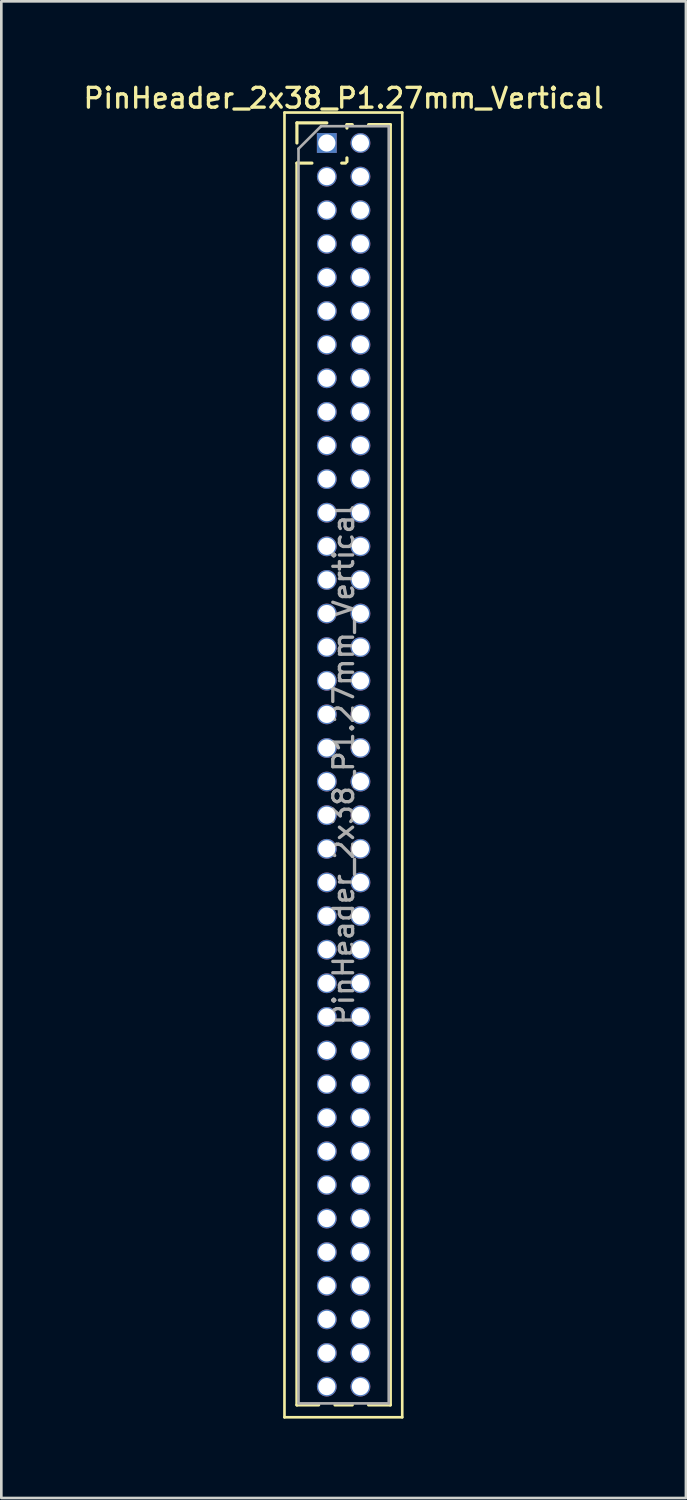
<source format=kicad_pcb>
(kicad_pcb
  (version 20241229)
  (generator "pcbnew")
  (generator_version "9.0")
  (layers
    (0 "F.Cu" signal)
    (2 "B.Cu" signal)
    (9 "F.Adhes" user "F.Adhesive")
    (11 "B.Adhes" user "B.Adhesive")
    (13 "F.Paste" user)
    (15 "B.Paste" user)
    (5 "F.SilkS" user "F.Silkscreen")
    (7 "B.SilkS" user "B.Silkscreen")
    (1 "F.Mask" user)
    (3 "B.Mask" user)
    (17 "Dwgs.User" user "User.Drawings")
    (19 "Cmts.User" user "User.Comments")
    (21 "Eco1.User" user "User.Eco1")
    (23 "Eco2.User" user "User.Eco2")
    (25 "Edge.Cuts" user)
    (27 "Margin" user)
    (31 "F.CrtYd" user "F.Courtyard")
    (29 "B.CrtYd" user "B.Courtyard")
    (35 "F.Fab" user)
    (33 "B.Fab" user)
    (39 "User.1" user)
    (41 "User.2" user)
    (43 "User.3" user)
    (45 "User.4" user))
  (footprint "PinHeader_2x38_P1.27mm_Vertical"
    (layer "F.Cu")
    (at 9.299 2.353)
    (property "Reference" "PinHeader_2x38_P1.27mm_Vertical" (at 0.635 -1.695 0) (layer "F.SilkS") (effects (font (size 0.75 0.75) (thickness 0.125))))
    (attr through_hole)
    (fp_line (start -1.6 -1.15) (end -1.6 48.15) (stroke (width 0.1) (type solid)) (layer "F.SilkS"))
    (fp_line (start -1.6 48.15) (end 2.85 48.15) (stroke (width 0.1) (type solid)) (layer "F.SilkS"))
    (fp_line (start -1.13 -0.76) (end 0 -0.76) (stroke (width 0.12) (type solid)) (layer "F.SilkS"))
    (fp_line (start -1.13 0) (end -1.13 -0.76) (stroke (width 0.12) (type solid)) (layer "F.SilkS"))
    (fp_line (start -1.13 0.76) (end -1.13 47.685) (stroke (width 0.12) (type solid)) (layer "F.SilkS"))
    (fp_line (start -1.13 0.76) (end -0.563 0.76) (stroke (width 0.12) (type solid)) (layer "F.SilkS"))
    (fp_line (start -1.13 47.685) (end -0.308 47.685) (stroke (width 0.12) (type solid)) (layer "F.SilkS"))
    (fp_line (start 0.308 47.685) (end 0.962 47.685) (stroke (width 0.12) (type solid)) (layer "F.SilkS"))
    (fp_line (start 0.563 0.76) (end 0.707 0.76) (stroke (width 0.12) (type solid)) (layer "F.SilkS"))
    (fp_line (start 0.76 -0.695) (end 0.962 -0.695) (stroke (width 0.12) (type solid)) (layer "F.SilkS"))
    (fp_line (start 0.76 -0.563) (end 0.76 -0.695) (stroke (width 0.12) (type solid)) (layer "F.SilkS"))
    (fp_line (start 0.76 0.707) (end 0.76 0.563) (stroke (width 0.12) (type solid)) (layer "F.SilkS"))
    (fp_line (start 1.578 -0.695) (end 2.4 -0.695) (stroke (width 0.12) (type solid)) (layer "F.SilkS"))
    (fp_line (start 1.578 47.685) (end 2.4 47.685) (stroke (width 0.12) (type solid)) (layer "F.SilkS"))
    (fp_line (start 2.4 -0.695) (end 2.4 47.685) (stroke (width 0.12) (type solid)) (layer "F.SilkS"))
    (fp_line (start 2.85 -1.15) (end -1.6 -1.15) (stroke (width 0.1) (type solid)) (layer "F.SilkS"))
    (fp_line (start 2.85 48.15) (end 2.85 -1.15) (stroke (width 0.1) (type solid)) (layer "F.SilkS"))
    (fp_line (start -1.07 0.217) (end -0.217 -0.635) (stroke (width 0.1) (type solid)) (layer "F.Fab"))
    (fp_line (start -1.07 47.625) (end -1.07 0.217) (stroke (width 0.1) (type solid)) (layer "F.Fab"))
    (fp_line (start -0.217 -0.635) (end 2.34 -0.635) (stroke (width 0.1) (type solid)) (layer "F.Fab"))
    (fp_line (start 2.34 -0.635) (end 2.34 47.625) (stroke (width 0.1) (type solid)) (layer "F.Fab"))
    (fp_line (start 2.34 47.625) (end -1.07 47.625) (stroke (width 0.1) (type solid)) (layer "F.Fab"))
    (fp_text user "${REFERENCE}" (at 0.635 23.495 90) (layer "F.Fab") (effects (font (size 0.75 0.75) (thickness 0.125))))
    (pad "1" thru_hole rect (at 0 0) (size 0.75 0.75) (drill 0.65) (layers "*.Cu" "*.Mask"))
    (pad "2" thru_hole oval (at 1.27 0) (size 0.75 0.75) (drill 0.65) (layers "*.Cu" "*.Mask"))
    (pad "3" thru_hole oval (at 0 1.27) (size 0.75 0.75) (drill 0.65) (layers "*.Cu" "*.Mask"))
    (pad "4" thru_hole oval (at 1.27 1.27) (size 0.75 0.75) (drill 0.65) (layers "*.Cu" "*.Mask"))
    (pad "5" thru_hole oval (at 0 2.54) (size 0.75 0.75) (drill 0.65) (layers "*.Cu" "*.Mask"))
    (pad "6" thru_hole oval (at 1.27 2.54) (size 0.75 0.75) (drill 0.65) (layers "*.Cu" "*.Mask"))
    (pad "7" thru_hole oval (at 0 3.81) (size 0.75 0.75) (drill 0.65) (layers "*.Cu" "*.Mask"))
    (pad "8" thru_hole oval (at 1.27 3.81) (size 0.75 0.75) (drill 0.65) (layers "*.Cu" "*.Mask"))
    (pad "9" thru_hole oval (at 0 5.08) (size 0.75 0.75) (drill 0.65) (layers "*.Cu" "*.Mask"))
    (pad "10" thru_hole oval (at 1.27 5.08) (size 0.75 0.75) (drill 0.65) (layers "*.Cu" "*.Mask"))
    (pad "11" thru_hole oval (at 0 6.35) (size 0.75 0.75) (drill 0.65) (layers "*.Cu" "*.Mask"))
    (pad "12" thru_hole oval (at 1.27 6.35) (size 0.75 0.75) (drill 0.65) (layers "*.Cu" "*.Mask"))
    (pad "13" thru_hole oval (at 0 7.62) (size 0.75 0.75) (drill 0.65) (layers "*.Cu" "*.Mask"))
    (pad "14" thru_hole oval (at 1.27 7.62) (size 0.75 0.75) (drill 0.65) (layers "*.Cu" "*.Mask"))
    (pad "15" thru_hole oval (at 0 8.89) (size 0.75 0.75) (drill 0.65) (layers "*.Cu" "*.Mask"))
    (pad "16" thru_hole oval (at 1.27 8.89) (size 0.75 0.75) (drill 0.65) (layers "*.Cu" "*.Mask"))
    (pad "17" thru_hole oval (at 0 10.16) (size 0.75 0.75) (drill 0.65) (layers "*.Cu" "*.Mask"))
    (pad "18" thru_hole oval (at 1.27 10.16) (size 0.75 0.75) (drill 0.65) (layers "*.Cu" "*.Mask"))
    (pad "19" thru_hole oval (at 0 11.43) (size 0.75 0.75) (drill 0.65) (layers "*.Cu" "*.Mask"))
    (pad "20" thru_hole oval (at 1.27 11.43) (size 0.75 0.75) (drill 0.65) (layers "*.Cu" "*.Mask"))
    (pad "21" thru_hole oval (at 0 12.7) (size 0.75 0.75) (drill 0.65) (layers "*.Cu" "*.Mask"))
    (pad "22" thru_hole oval (at 1.27 12.7) (size 0.75 0.75) (drill 0.65) (layers "*.Cu" "*.Mask"))
    (pad "23" thru_hole oval (at 0 13.97) (size 0.75 0.75) (drill 0.65) (layers "*.Cu" "*.Mask"))
    (pad "24" thru_hole oval (at 1.27 13.97) (size 0.75 0.75) (drill 0.65) (layers "*.Cu" "*.Mask"))
    (pad "25" thru_hole oval (at 0 15.24) (size 0.75 0.75) (drill 0.65) (layers "*.Cu" "*.Mask"))
    (pad "26" thru_hole oval (at 1.27 15.24) (size 0.75 0.75) (drill 0.65) (layers "*.Cu" "*.Mask"))
    (pad "27" thru_hole oval (at 0 16.51) (size 0.75 0.75) (drill 0.65) (layers "*.Cu" "*.Mask"))
    (pad "28" thru_hole oval (at 1.27 16.51) (size 0.75 0.75) (drill 0.65) (layers "*.Cu" "*.Mask"))
    (pad "29" thru_hole oval (at 0 17.78) (size 0.75 0.75) (drill 0.65) (layers "*.Cu" "*.Mask"))
    (pad "30" thru_hole oval (at 1.27 17.78) (size 0.75 0.75) (drill 0.65) (layers "*.Cu" "*.Mask"))
    (pad "31" thru_hole oval (at 0 19.05) (size 0.75 0.75) (drill 0.65) (layers "*.Cu" "*.Mask"))
    (pad "32" thru_hole oval (at 1.27 19.05) (size 0.75 0.75) (drill 0.65) (layers "*.Cu" "*.Mask"))
    (pad "33" thru_hole oval (at 0 20.32) (size 0.75 0.75) (drill 0.65) (layers "*.Cu" "*.Mask"))
    (pad "34" thru_hole oval (at 1.27 20.32) (size 0.75 0.75) (drill 0.65) (layers "*.Cu" "*.Mask"))
    (pad "35" thru_hole oval (at 0 21.59) (size 0.75 0.75) (drill 0.65) (layers "*.Cu" "*.Mask"))
    (pad "36" thru_hole oval (at 1.27 21.59) (size 0.75 0.75) (drill 0.65) (layers "*.Cu" "*.Mask"))
    (pad "37" thru_hole oval (at 0 22.86) (size 0.75 0.75) (drill 0.65) (layers "*.Cu" "*.Mask"))
    (pad "38" thru_hole oval (at 1.27 22.86) (size 0.75 0.75) (drill 0.65) (layers "*.Cu" "*.Mask"))
    (pad "39" thru_hole oval (at 0 24.13) (size 0.75 0.75) (drill 0.65) (layers "*.Cu" "*.Mask"))
    (pad "40" thru_hole oval (at 1.27 24.13) (size 0.75 0.75) (drill 0.65) (layers "*.Cu" "*.Mask"))
    (pad "41" thru_hole oval (at 0 25.4) (size 0.75 0.75) (drill 0.65) (layers "*.Cu" "*.Mask"))
    (pad "42" thru_hole oval (at 1.27 25.4) (size 0.75 0.75) (drill 0.65) (layers "*.Cu" "*.Mask"))
    (pad "43" thru_hole oval (at 0 26.67) (size 0.75 0.75) (drill 0.65) (layers "*.Cu" "*.Mask"))
    (pad "44" thru_hole oval (at 1.27 26.67) (size 0.75 0.75) (drill 0.65) (layers "*.Cu" "*.Mask"))
    (pad "45" thru_hole oval (at 0 27.94) (size 0.75 0.75) (drill 0.65) (layers "*.Cu" "*.Mask"))
    (pad "46" thru_hole oval (at 1.27 27.94) (size 0.75 0.75) (drill 0.65) (layers "*.Cu" "*.Mask"))
    (pad "47" thru_hole oval (at 0 29.21) (size 0.75 0.75) (drill 0.65) (layers "*.Cu" "*.Mask"))
    (pad "48" thru_hole oval (at 1.27 29.21) (size 0.75 0.75) (drill 0.65) (layers "*.Cu" "*.Mask"))
    (pad "49" thru_hole oval (at 0 30.48) (size 0.75 0.75) (drill 0.65) (layers "*.Cu" "*.Mask"))
    (pad "50" thru_hole oval (at 1.27 30.48) (size 0.75 0.75) (drill 0.65) (layers "*.Cu" "*.Mask"))
    (pad "51" thru_hole oval (at 0 31.75) (size 0.75 0.75) (drill 0.65) (layers "*.Cu" "*.Mask"))
    (pad "52" thru_hole oval (at 1.27 31.75) (size 0.75 0.75) (drill 0.65) (layers "*.Cu" "*.Mask"))
    (pad "53" thru_hole oval (at 0 33.02) (size 0.75 0.75) (drill 0.65) (layers "*.Cu" "*.Mask"))
    (pad "54" thru_hole oval (at 1.27 33.02) (size 0.75 0.75) (drill 0.65) (layers "*.Cu" "*.Mask"))
    (pad "55" thru_hole oval (at 0 34.29) (size 0.75 0.75) (drill 0.65) (layers "*.Cu" "*.Mask"))
    (pad "56" thru_hole oval (at 1.27 34.29) (size 0.75 0.75) (drill 0.65) (layers "*.Cu" "*.Mask"))
    (pad "57" thru_hole oval (at 0 35.56) (size 0.75 0.75) (drill 0.65) (layers "*.Cu" "*.Mask"))
    (pad "58" thru_hole oval (at 1.27 35.56) (size 0.75 0.75) (drill 0.65) (layers "*.Cu" "*.Mask"))
    (pad "59" thru_hole oval (at 0 36.83) (size 0.75 0.75) (drill 0.65) (layers "*.Cu" "*.Mask"))
    (pad "60" thru_hole oval (at 1.27 36.83) (size 0.75 0.75) (drill 0.65) (layers "*.Cu" "*.Mask"))
    (pad "61" thru_hole oval (at 0 38.1) (size 0.75 0.75) (drill 0.65) (layers "*.Cu" "*.Mask"))
    (pad "62" thru_hole oval (at 1.27 38.1) (size 0.75 0.75) (drill 0.65) (layers "*.Cu" "*.Mask"))
    (pad "63" thru_hole oval (at 0 39.37) (size 0.75 0.75) (drill 0.65) (layers "*.Cu" "*.Mask"))
    (pad "64" thru_hole oval (at 1.27 39.37) (size 0.75 0.75) (drill 0.65) (layers "*.Cu" "*.Mask"))
    (pad "65" thru_hole oval (at 0 40.64) (size 0.75 0.75) (drill 0.65) (layers "*.Cu" "*.Mask"))
    (pad "66" thru_hole oval (at 1.27 40.64) (size 0.75 0.75) (drill 0.65) (layers "*.Cu" "*.Mask"))
    (pad "67" thru_hole oval (at 0 41.91) (size 0.75 0.75) (drill 0.65) (layers "*.Cu" "*.Mask"))
    (pad "68" thru_hole oval (at 1.27 41.91) (size 0.75 0.75) (drill 0.65) (layers "*.Cu" "*.Mask"))
    (pad "69" thru_hole oval (at 0 43.18) (size 0.75 0.75) (drill 0.65) (layers "*.Cu" "*.Mask"))
    (pad "70" thru_hole oval (at 1.27 43.18) (size 0.75 0.75) (drill 0.65) (layers "*.Cu" "*.Mask"))
    (pad "71" thru_hole oval (at 0 44.45) (size 0.75 0.75) (drill 0.65) (layers "*.Cu" "*.Mask"))
    (pad "72" thru_hole oval (at 1.27 44.45) (size 0.75 0.75) (drill 0.65) (layers "*.Cu" "*.Mask"))
    (pad "73" thru_hole oval (at 0 45.72) (size 0.75 0.75) (drill 0.65) (layers "*.Cu" "*.Mask"))
    (pad "74" thru_hole oval (at 1.27 45.72) (size 0.75 0.75) (drill 0.65) (layers "*.Cu" "*.Mask"))
    (pad "75" thru_hole oval (at 0 46.99) (size 0.75 0.75) (drill 0.65) (layers "*.Cu" "*.Mask"))
    (pad "76" thru_hole oval (at 1.27 46.99) (size 0.75 0.75) (drill 0.65) (layers "*.Cu" "*.Mask")))
  (gr_rect
    (start -3 -3)
    (end 22.868 53.553)
    (stroke (width 0.1) (type default))
    (fill no)
    (layer "Edge.Cuts")))
</source>
